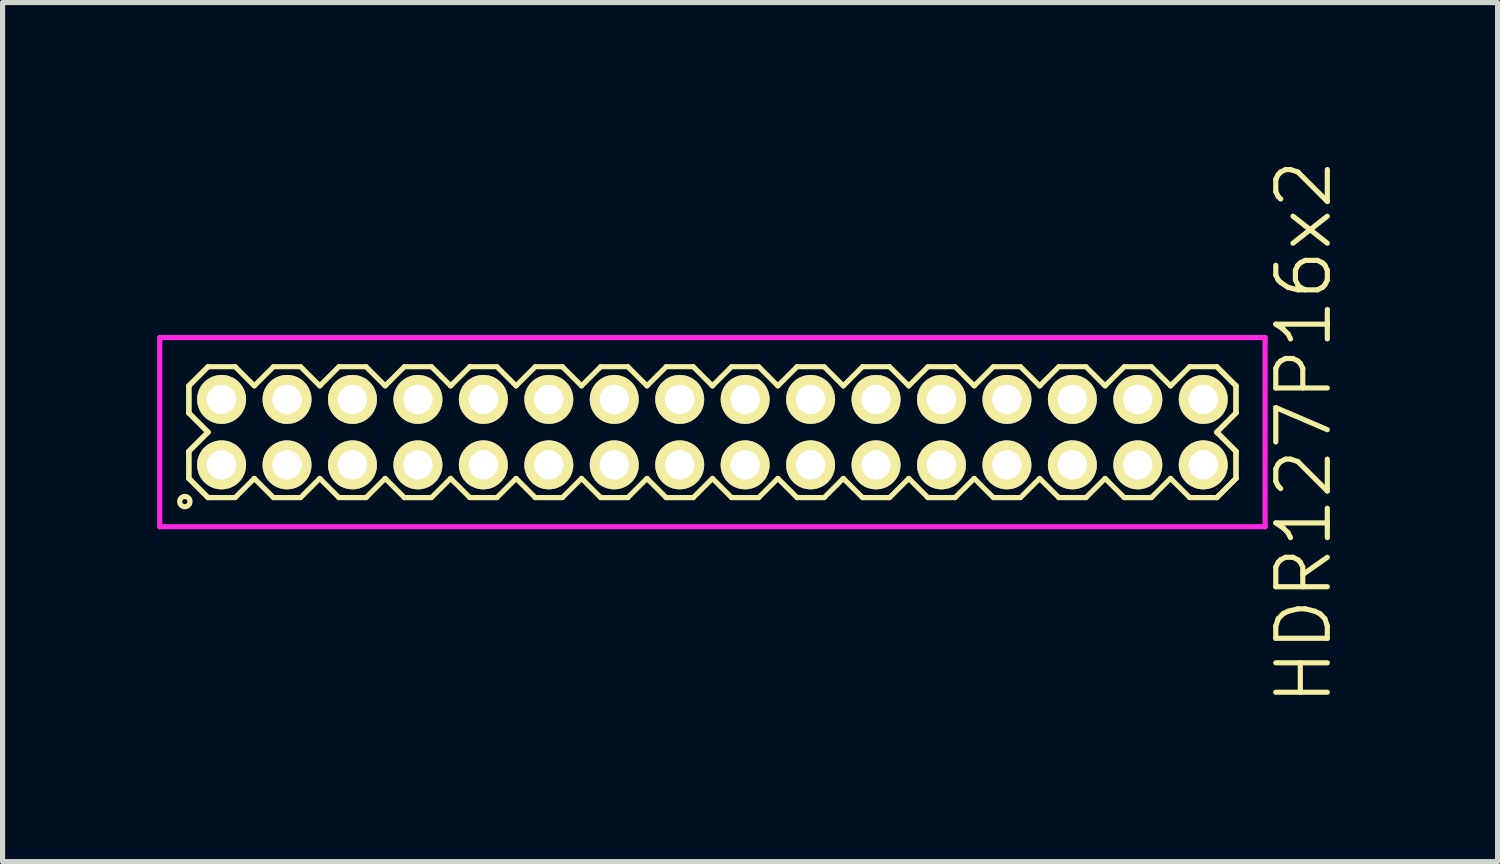
<source format=kicad_pcb>
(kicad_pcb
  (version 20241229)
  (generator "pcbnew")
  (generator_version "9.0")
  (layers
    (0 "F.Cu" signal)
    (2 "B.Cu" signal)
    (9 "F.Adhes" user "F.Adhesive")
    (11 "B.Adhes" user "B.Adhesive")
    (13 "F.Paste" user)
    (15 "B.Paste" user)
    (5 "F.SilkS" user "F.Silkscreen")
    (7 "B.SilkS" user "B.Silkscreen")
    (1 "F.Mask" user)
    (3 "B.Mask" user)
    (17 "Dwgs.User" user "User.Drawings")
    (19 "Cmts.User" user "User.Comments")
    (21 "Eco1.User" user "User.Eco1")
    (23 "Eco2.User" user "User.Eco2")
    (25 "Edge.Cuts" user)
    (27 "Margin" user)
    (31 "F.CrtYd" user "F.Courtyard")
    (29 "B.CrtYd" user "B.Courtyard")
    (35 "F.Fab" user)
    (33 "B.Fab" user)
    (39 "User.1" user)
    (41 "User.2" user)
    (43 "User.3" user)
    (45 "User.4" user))
  (footprint "HDR127P16x2"
    (layer "F.Cu")
    (at 10.775 5.336)
    (property "Reference" "HDR127P16x2" (at 11.475 0 90) (layer "F.SilkS") (effects (font (size 1 1) (thickness 0.1))))
    (attr through_hole)
    (fp_line (start -10.16 -0.898) (end -9.788 -1.27) (stroke (width 0.1) (type solid)) (layer "F.SilkS"))
    (fp_line (start -10.16 -0.898) (end -9.788 -1.27) (stroke (width 0.1) (type solid)) (layer "F.SilkS"))
    (fp_line (start -10.16 -0.372) (end -10.16 -0.898) (stroke (width 0.1) (type solid)) (layer "F.SilkS"))
    (fp_line (start -10.16 -0.372) (end -10.16 -0.898) (stroke (width 0.1) (type solid)) (layer "F.SilkS"))
    (fp_line (start -10.16 0.372) (end -9.788 0) (stroke (width 0.1) (type solid)) (layer "F.SilkS"))
    (fp_line (start -10.16 0.372) (end -9.788 0) (stroke (width 0.1) (type solid)) (layer "F.SilkS"))
    (fp_line (start -10.16 0.898) (end -10.16 0.372) (stroke (width 0.1) (type solid)) (layer "F.SilkS"))
    (fp_line (start -10.16 0.898) (end -10.16 0.372) (stroke (width 0.1) (type solid)) (layer "F.SilkS"))
    (fp_line (start -9.788 -1.27) (end -9.262 -1.27) (stroke (width 0.1) (type solid)) (layer "F.SilkS"))
    (fp_line (start -9.788 0) (end -10.16 -0.372) (stroke (width 0.1) (type solid)) (layer "F.SilkS"))
    (fp_line (start -9.788 0) (end -10.16 -0.372) (stroke (width 0.1) (type solid)) (layer "F.SilkS"))
    (fp_line (start -9.788 1.27) (end -10.16 0.898) (stroke (width 0.1) (type solid)) (layer "F.SilkS"))
    (fp_line (start -9.788 1.27) (end -10.16 0.898) (stroke (width 0.1) (type solid)) (layer "F.SilkS"))
    (fp_line (start -9.262 -1.27) (end -8.89 -0.898) (stroke (width 0.1) (type solid)) (layer "F.SilkS"))
    (fp_line (start -9.262 1.27) (end -9.788 1.27) (stroke (width 0.1) (type solid)) (layer "F.SilkS"))
    (fp_line (start -8.89 -0.898) (end -8.518 -1.27) (stroke (width 0.1) (type solid)) (layer "F.SilkS"))
    (fp_line (start -8.89 0.898) (end -9.262 1.27) (stroke (width 0.1) (type solid)) (layer "F.SilkS"))
    (fp_line (start -8.518 -1.27) (end -7.992 -1.27) (stroke (width 0.1) (type solid)) (layer "F.SilkS"))
    (fp_line (start -8.518 1.27) (end -8.89 0.898) (stroke (width 0.1) (type solid)) (layer "F.SilkS"))
    (fp_line (start -7.992 -1.27) (end -7.62 -0.898) (stroke (width 0.1) (type solid)) (layer "F.SilkS"))
    (fp_line (start -7.992 1.27) (end -8.518 1.27) (stroke (width 0.1) (type solid)) (layer "F.SilkS"))
    (fp_line (start -7.62 -0.898) (end -7.248 -1.27) (stroke (width 0.1) (type solid)) (layer "F.SilkS"))
    (fp_line (start -7.62 0.898) (end -7.992 1.27) (stroke (width 0.1) (type solid)) (layer "F.SilkS"))
    (fp_line (start -7.248 -1.27) (end -6.722 -1.27) (stroke (width 0.1) (type solid)) (layer "F.SilkS"))
    (fp_line (start -7.248 1.27) (end -7.62 0.898) (stroke (width 0.1) (type solid)) (layer "F.SilkS"))
    (fp_line (start -6.722 -1.27) (end -6.35 -0.898) (stroke (width 0.1) (type solid)) (layer "F.SilkS"))
    (fp_line (start -6.722 1.27) (end -7.248 1.27) (stroke (width 0.1) (type solid)) (layer "F.SilkS"))
    (fp_line (start -6.35 -0.898) (end -5.978 -1.27) (stroke (width 0.1) (type solid)) (layer "F.SilkS"))
    (fp_line (start -6.35 0.898) (end -6.722 1.27) (stroke (width 0.1) (type solid)) (layer "F.SilkS"))
    (fp_line (start -5.978 -1.27) (end -5.452 -1.27) (stroke (width 0.1) (type solid)) (layer "F.SilkS"))
    (fp_line (start -5.978 1.27) (end -6.35 0.898) (stroke (width 0.1) (type solid)) (layer "F.SilkS"))
    (fp_line (start -5.452 -1.27) (end -5.08 -0.898) (stroke (width 0.1) (type solid)) (layer "F.SilkS"))
    (fp_line (start -5.452 1.27) (end -5.978 1.27) (stroke (width 0.1) (type solid)) (layer "F.SilkS"))
    (fp_line (start -5.08 -0.898) (end -4.708 -1.27) (stroke (width 0.1) (type solid)) (layer "F.SilkS"))
    (fp_line (start -5.08 0.898) (end -5.452 1.27) (stroke (width 0.1) (type solid)) (layer "F.SilkS"))
    (fp_line (start -4.708 -1.27) (end -4.182 -1.27) (stroke (width 0.1) (type solid)) (layer "F.SilkS"))
    (fp_line (start -4.708 1.27) (end -5.08 0.898) (stroke (width 0.1) (type solid)) (layer "F.SilkS"))
    (fp_line (start -4.182 -1.27) (end -3.81 -0.898) (stroke (width 0.1) (type solid)) (layer "F.SilkS"))
    (fp_line (start -4.182 1.27) (end -4.708 1.27) (stroke (width 0.1) (type solid)) (layer "F.SilkS"))
    (fp_line (start -3.81 -0.898) (end -3.438 -1.27) (stroke (width 0.1) (type solid)) (layer "F.SilkS"))
    (fp_line (start -3.81 0.898) (end -4.182 1.27) (stroke (width 0.1) (type solid)) (layer "F.SilkS"))
    (fp_line (start -3.438 -1.27) (end -2.912 -1.27) (stroke (width 0.1) (type solid)) (layer "F.SilkS"))
    (fp_line (start -3.438 1.27) (end -3.81 0.898) (stroke (width 0.1) (type solid)) (layer "F.SilkS"))
    (fp_line (start -2.912 -1.27) (end -2.54 -0.898) (stroke (width 0.1) (type solid)) (layer "F.SilkS"))
    (fp_line (start -2.912 1.27) (end -3.438 1.27) (stroke (width 0.1) (type solid)) (layer "F.SilkS"))
    (fp_line (start -2.54 -0.898) (end -2.168 -1.27) (stroke (width 0.1) (type solid)) (layer "F.SilkS"))
    (fp_line (start -2.54 0.898) (end -2.912 1.27) (stroke (width 0.1) (type solid)) (layer "F.SilkS"))
    (fp_line (start -2.168 -1.27) (end -1.642 -1.27) (stroke (width 0.1) (type solid)) (layer "F.SilkS"))
    (fp_line (start -2.168 1.27) (end -2.54 0.898) (stroke (width 0.1) (type solid)) (layer "F.SilkS"))
    (fp_line (start -1.642 -1.27) (end -1.27 -0.898) (stroke (width 0.1) (type solid)) (layer "F.SilkS"))
    (fp_line (start -1.642 1.27) (end -2.168 1.27) (stroke (width 0.1) (type solid)) (layer "F.SilkS"))
    (fp_line (start -1.27 -0.898) (end -0.898 -1.27) (stroke (width 0.1) (type solid)) (layer "F.SilkS"))
    (fp_line (start -1.27 0.898) (end -1.642 1.27) (stroke (width 0.1) (type solid)) (layer "F.SilkS"))
    (fp_line (start -0.898 -1.27) (end -0.372 -1.27) (stroke (width 0.1) (type solid)) (layer "F.SilkS"))
    (fp_line (start -0.898 1.27) (end -1.27 0.898) (stroke (width 0.1) (type solid)) (layer "F.SilkS"))
    (fp_line (start -0.372 -1.27) (end 0 -0.898) (stroke (width 0.1) (type solid)) (layer "F.SilkS"))
    (fp_line (start -0.372 1.27) (end -0.898 1.27) (stroke (width 0.1) (type solid)) (layer "F.SilkS"))
    (fp_line (start 0 -0.898) (end 0.372 -1.27) (stroke (width 0.1) (type solid)) (layer "F.SilkS"))
    (fp_line (start 0 0.898) (end -0.372 1.27) (stroke (width 0.1) (type solid)) (layer "F.SilkS"))
    (fp_line (start 0.372 -1.27) (end 0.898 -1.27) (stroke (width 0.1) (type solid)) (layer "F.SilkS"))
    (fp_line (start 0.372 1.27) (end 0 0.898) (stroke (width 0.1) (type solid)) (layer "F.SilkS"))
    (fp_line (start 0.898 -1.27) (end 1.27 -0.898) (stroke (width 0.1) (type solid)) (layer "F.SilkS"))
    (fp_line (start 0.898 1.27) (end 0.372 1.27) (stroke (width 0.1) (type solid)) (layer "F.SilkS"))
    (fp_line (start 1.27 -0.898) (end 1.642 -1.27) (stroke (width 0.1) (type solid)) (layer "F.SilkS"))
    (fp_line (start 1.27 0.898) (end 0.898 1.27) (stroke (width 0.1) (type solid)) (layer "F.SilkS"))
    (fp_line (start 1.642 -1.27) (end 2.168 -1.27) (stroke (width 0.1) (type solid)) (layer "F.SilkS"))
    (fp_line (start 1.642 1.27) (end 1.27 0.898) (stroke (width 0.1) (type solid)) (layer "F.SilkS"))
    (fp_line (start 2.168 -1.27) (end 2.54 -0.898) (stroke (width 0.1) (type solid)) (layer "F.SilkS"))
    (fp_line (start 2.168 1.27) (end 1.642 1.27) (stroke (width 0.1) (type solid)) (layer "F.SilkS"))
    (fp_line (start 2.54 -0.898) (end 2.912 -1.27) (stroke (width 0.1) (type solid)) (layer "F.SilkS"))
    (fp_line (start 2.54 0.898) (end 2.168 1.27) (stroke (width 0.1) (type solid)) (layer "F.SilkS"))
    (fp_line (start 2.912 -1.27) (end 3.438 -1.27) (stroke (width 0.1) (type solid)) (layer "F.SilkS"))
    (fp_line (start 2.912 1.27) (end 2.54 0.898) (stroke (width 0.1) (type solid)) (layer "F.SilkS"))
    (fp_line (start 3.438 -1.27) (end 3.81 -0.898) (stroke (width 0.1) (type solid)) (layer "F.SilkS"))
    (fp_line (start 3.438 1.27) (end 2.912 1.27) (stroke (width 0.1) (type solid)) (layer "F.SilkS"))
    (fp_line (start 3.81 -0.898) (end 4.182 -1.27) (stroke (width 0.1) (type solid)) (layer "F.SilkS"))
    (fp_line (start 3.81 0.898) (end 3.438 1.27) (stroke (width 0.1) (type solid)) (layer "F.SilkS"))
    (fp_line (start 4.182 -1.27) (end 4.708 -1.27) (stroke (width 0.1) (type solid)) (layer "F.SilkS"))
    (fp_line (start 4.182 1.27) (end 3.81 0.898) (stroke (width 0.1) (type solid)) (layer "F.SilkS"))
    (fp_line (start 4.708 -1.27) (end 5.08 -0.898) (stroke (width 0.1) (type solid)) (layer "F.SilkS"))
    (fp_line (start 4.708 1.27) (end 4.182 1.27) (stroke (width 0.1) (type solid)) (layer "F.SilkS"))
    (fp_line (start 5.08 -0.898) (end 5.452 -1.27) (stroke (width 0.1) (type solid)) (layer "F.SilkS"))
    (fp_line (start 5.08 0.898) (end 4.708 1.27) (stroke (width 0.1) (type solid)) (layer "F.SilkS"))
    (fp_line (start 5.452 -1.27) (end 5.978 -1.27) (stroke (width 0.1) (type solid)) (layer "F.SilkS"))
    (fp_line (start 5.452 1.27) (end 5.08 0.898) (stroke (width 0.1) (type solid)) (layer "F.SilkS"))
    (fp_line (start 5.978 -1.27) (end 6.35 -0.898) (stroke (width 0.1) (type solid)) (layer "F.SilkS"))
    (fp_line (start 5.978 1.27) (end 5.452 1.27) (stroke (width 0.1) (type solid)) (layer "F.SilkS"))
    (fp_line (start 6.35 -0.898) (end 6.722 -1.27) (stroke (width 0.1) (type solid)) (layer "F.SilkS"))
    (fp_line (start 6.35 0.898) (end 5.978 1.27) (stroke (width 0.1) (type solid)) (layer "F.SilkS"))
    (fp_line (start 6.722 -1.27) (end 7.248 -1.27) (stroke (width 0.1) (type solid)) (layer "F.SilkS"))
    (fp_line (start 6.722 1.27) (end 6.35 0.898) (stroke (width 0.1) (type solid)) (layer "F.SilkS"))
    (fp_line (start 7.248 -1.27) (end 7.62 -0.898) (stroke (width 0.1) (type solid)) (layer "F.SilkS"))
    (fp_line (start 7.248 1.27) (end 6.722 1.27) (stroke (width 0.1) (type solid)) (layer "F.SilkS"))
    (fp_line (start 7.62 -0.898) (end 7.992 -1.27) (stroke (width 0.1) (type solid)) (layer "F.SilkS"))
    (fp_line (start 7.62 0.898) (end 7.248 1.27) (stroke (width 0.1) (type solid)) (layer "F.SilkS"))
    (fp_line (start 7.992 -1.27) (end 8.518 -1.27) (stroke (width 0.1) (type solid)) (layer "F.SilkS"))
    (fp_line (start 7.992 1.27) (end 7.62 0.898) (stroke (width 0.1) (type solid)) (layer "F.SilkS"))
    (fp_line (start 8.518 -1.27) (end 8.89 -0.898) (stroke (width 0.1) (type solid)) (layer "F.SilkS"))
    (fp_line (start 8.518 1.27) (end 7.992 1.27) (stroke (width 0.1) (type solid)) (layer "F.SilkS"))
    (fp_line (start 8.89 -0.898) (end 9.262 -1.27) (stroke (width 0.1) (type solid)) (layer "F.SilkS"))
    (fp_line (start 8.89 0.898) (end 8.518 1.27) (stroke (width 0.1) (type solid)) (layer "F.SilkS"))
    (fp_line (start 9.262 -1.27) (end 9.788 -1.27) (stroke (width 0.1) (type solid)) (layer "F.SilkS"))
    (fp_line (start 9.262 1.27) (end 8.89 0.898) (stroke (width 0.1) (type solid)) (layer "F.SilkS"))
    (fp_line (start 9.788 -1.27) (end 10.16 -0.898) (stroke (width 0.1) (type solid)) (layer "F.SilkS"))
    (fp_line (start 9.788 -1.27) (end 10.16 -0.898) (stroke (width 0.1) (type solid)) (layer "F.SilkS"))
    (fp_line (start 9.788 0) (end 10.16 0.372) (stroke (width 0.1) (type solid)) (layer "F.SilkS"))
    (fp_line (start 9.788 0) (end 10.16 0.372) (stroke (width 0.1) (type solid)) (layer "F.SilkS"))
    (fp_line (start 9.788 1.27) (end 9.262 1.27) (stroke (width 0.1) (type solid)) (layer "F.SilkS"))
    (fp_line (start 10.16 -0.898) (end 10.16 -0.372) (stroke (width 0.1) (type solid)) (layer "F.SilkS"))
    (fp_line (start 10.16 -0.898) (end 10.16 -0.372) (stroke (width 0.1) (type solid)) (layer "F.SilkS"))
    (fp_line (start 10.16 -0.372) (end 9.788 0) (stroke (width 0.1) (type solid)) (layer "F.SilkS"))
    (fp_line (start 10.16 -0.372) (end 9.788 0) (stroke (width 0.1) (type solid)) (layer "F.SilkS"))
    (fp_line (start 10.16 0.372) (end 10.16 0.898) (stroke (width 0.1) (type solid)) (layer "F.SilkS"))
    (fp_line (start 10.16 0.372) (end 10.16 0.898) (stroke (width 0.1) (type solid)) (layer "F.SilkS"))
    (fp_line (start 10.16 0.898) (end 9.788 1.27) (stroke (width 0.1) (type solid)) (layer "F.SilkS"))
    (fp_line (start 10.16 0.898) (end 9.788 1.27) (stroke (width 0.1) (type solid)) (layer "F.SilkS"))
    (fp_circle (center -10.238 1.348) (end -10.138 1.348) (stroke (width 0.1) (type solid)) (fill no) (layer "F.SilkS"))
    (fp_line (start -10.725 -1.835) (end -10.725 1.835) (stroke (width 0.1) (type solid)) (layer "F.CrtYd"))
    (fp_line (start -10.725 1.835) (end 10.725 1.835) (stroke (width 0.1) (type solid)) (layer "F.CrtYd"))
    (fp_line (start 10.725 -1.835) (end -10.725 -1.835) (stroke (width 0.1) (type solid)) (layer "F.CrtYd"))
    (fp_line (start 10.725 1.835) (end 10.725 -1.835) (stroke (width 0.1) (type solid)) (layer "F.CrtYd"))
    (pad "1" thru_hole oval (at -9.525 0.635) (size 0.95 0.95) (drill 0.57) (layers "*.Cu" "*.Mask" "F.SilkS"))
    (pad "2" thru_hole oval (at -9.525 -0.635) (size 0.95 0.95) (drill 0.57) (layers "*.Cu" "*.Mask" "F.SilkS"))
    (pad "3" thru_hole oval (at -8.255 0.635) (size 0.95 0.95) (drill 0.57) (layers "*.Cu" "*.Mask" "F.SilkS"))
    (pad "4" thru_hole oval (at -8.255 -0.635) (size 0.95 0.95) (drill 0.57) (layers "*.Cu" "*.Mask" "F.SilkS"))
    (pad "5" thru_hole oval (at -6.985 0.635) (size 0.95 0.95) (drill 0.57) (layers "*.Cu" "*.Mask" "F.SilkS"))
    (pad "6" thru_hole oval (at -6.985 -0.635) (size 0.95 0.95) (drill 0.57) (layers "*.Cu" "*.Mask" "F.SilkS"))
    (pad "7" thru_hole oval (at -5.715 0.635) (size 0.95 0.95) (drill 0.57) (layers "*.Cu" "*.Mask" "F.SilkS"))
    (pad "8" thru_hole oval (at -5.715 -0.635) (size 0.95 0.95) (drill 0.57) (layers "*.Cu" "*.Mask" "F.SilkS"))
    (pad "9" thru_hole oval (at -4.445 0.635) (size 0.95 0.95) (drill 0.57) (layers "*.Cu" "*.Mask" "F.SilkS"))
    (pad "10" thru_hole oval (at -4.445 -0.635) (size 0.95 0.95) (drill 0.57) (layers "*.Cu" "*.Mask" "F.SilkS"))
    (pad "11" thru_hole oval (at -3.175 0.635) (size 0.95 0.95) (drill 0.57) (layers "*.Cu" "*.Mask" "F.SilkS"))
    (pad "12" thru_hole oval (at -3.175 -0.635) (size 0.95 0.95) (drill 0.57) (layers "*.Cu" "*.Mask" "F.SilkS"))
    (pad "13" thru_hole oval (at -1.905 0.635) (size 0.95 0.95) (drill 0.57) (layers "*.Cu" "*.Mask" "F.SilkS"))
    (pad "14" thru_hole oval (at -1.905 -0.635) (size 0.95 0.95) (drill 0.57) (layers "*.Cu" "*.Mask" "F.SilkS"))
    (pad "15" thru_hole oval (at -0.635 0.635) (size 0.95 0.95) (drill 0.57) (layers "*.Cu" "*.Mask" "F.SilkS"))
    (pad "16" thru_hole oval (at -0.635 -0.635) (size 0.95 0.95) (drill 0.57) (layers "*.Cu" "*.Mask" "F.SilkS"))
    (pad "17" thru_hole oval (at 0.635 0.635) (size 0.95 0.95) (drill 0.57) (layers "*.Cu" "*.Mask" "F.SilkS"))
    (pad "18" thru_hole oval (at 0.635 -0.635) (size 0.95 0.95) (drill 0.57) (layers "*.Cu" "*.Mask" "F.SilkS"))
    (pad "19" thru_hole oval (at 1.905 0.635) (size 0.95 0.95) (drill 0.57) (layers "*.Cu" "*.Mask" "F.SilkS"))
    (pad "20" thru_hole oval (at 1.905 -0.635) (size 0.95 0.95) (drill 0.57) (layers "*.Cu" "*.Mask" "F.SilkS"))
    (pad "21" thru_hole oval (at 3.175 0.635) (size 0.95 0.95) (drill 0.57) (layers "*.Cu" "*.Mask" "F.SilkS"))
    (pad "22" thru_hole oval (at 3.175 -0.635) (size 0.95 0.95) (drill 0.57) (layers "*.Cu" "*.Mask" "F.SilkS"))
    (pad "23" thru_hole oval (at 4.445 0.635) (size 0.95 0.95) (drill 0.57) (layers "*.Cu" "*.Mask" "F.SilkS"))
    (pad "24" thru_hole oval (at 4.445 -0.635) (size 0.95 0.95) (drill 0.57) (layers "*.Cu" "*.Mask" "F.SilkS"))
    (pad "25" thru_hole oval (at 5.715 0.635) (size 0.95 0.95) (drill 0.57) (layers "*.Cu" "*.Mask" "F.SilkS"))
    (pad "26" thru_hole oval (at 5.715 -0.635) (size 0.95 0.95) (drill 0.57) (layers "*.Cu" "*.Mask" "F.SilkS"))
    (pad "27" thru_hole oval (at 6.985 0.635) (size 0.95 0.95) (drill 0.57) (layers "*.Cu" "*.Mask" "F.SilkS"))
    (pad "28" thru_hole oval (at 6.985 -0.635) (size 0.95 0.95) (drill 0.57) (layers "*.Cu" "*.Mask" "F.SilkS"))
    (pad "29" thru_hole oval (at 8.255 0.635) (size 0.95 0.95) (drill 0.57) (layers "*.Cu" "*.Mask" "F.SilkS"))
    (pad "30" thru_hole oval (at 8.255 -0.635) (size 0.95 0.95) (drill 0.57) (layers "*.Cu" "*.Mask" "F.SilkS"))
    (pad "31" thru_hole oval (at 9.525 0.635) (size 0.95 0.95) (drill 0.57) (layers "*.Cu" "*.Mask" "F.SilkS"))
    (pad "32" thru_hole oval (at 9.525 -0.635) (size 0.95 0.95) (drill 0.57) (layers "*.Cu" "*.Mask" "F.SilkS")))
  (gr_rect
    (start -3 -3)
    (end 26.011 13.671)
    (stroke (width 0.1) (type default))
    (fill no)
    (layer "Edge.Cuts")))
</source>
